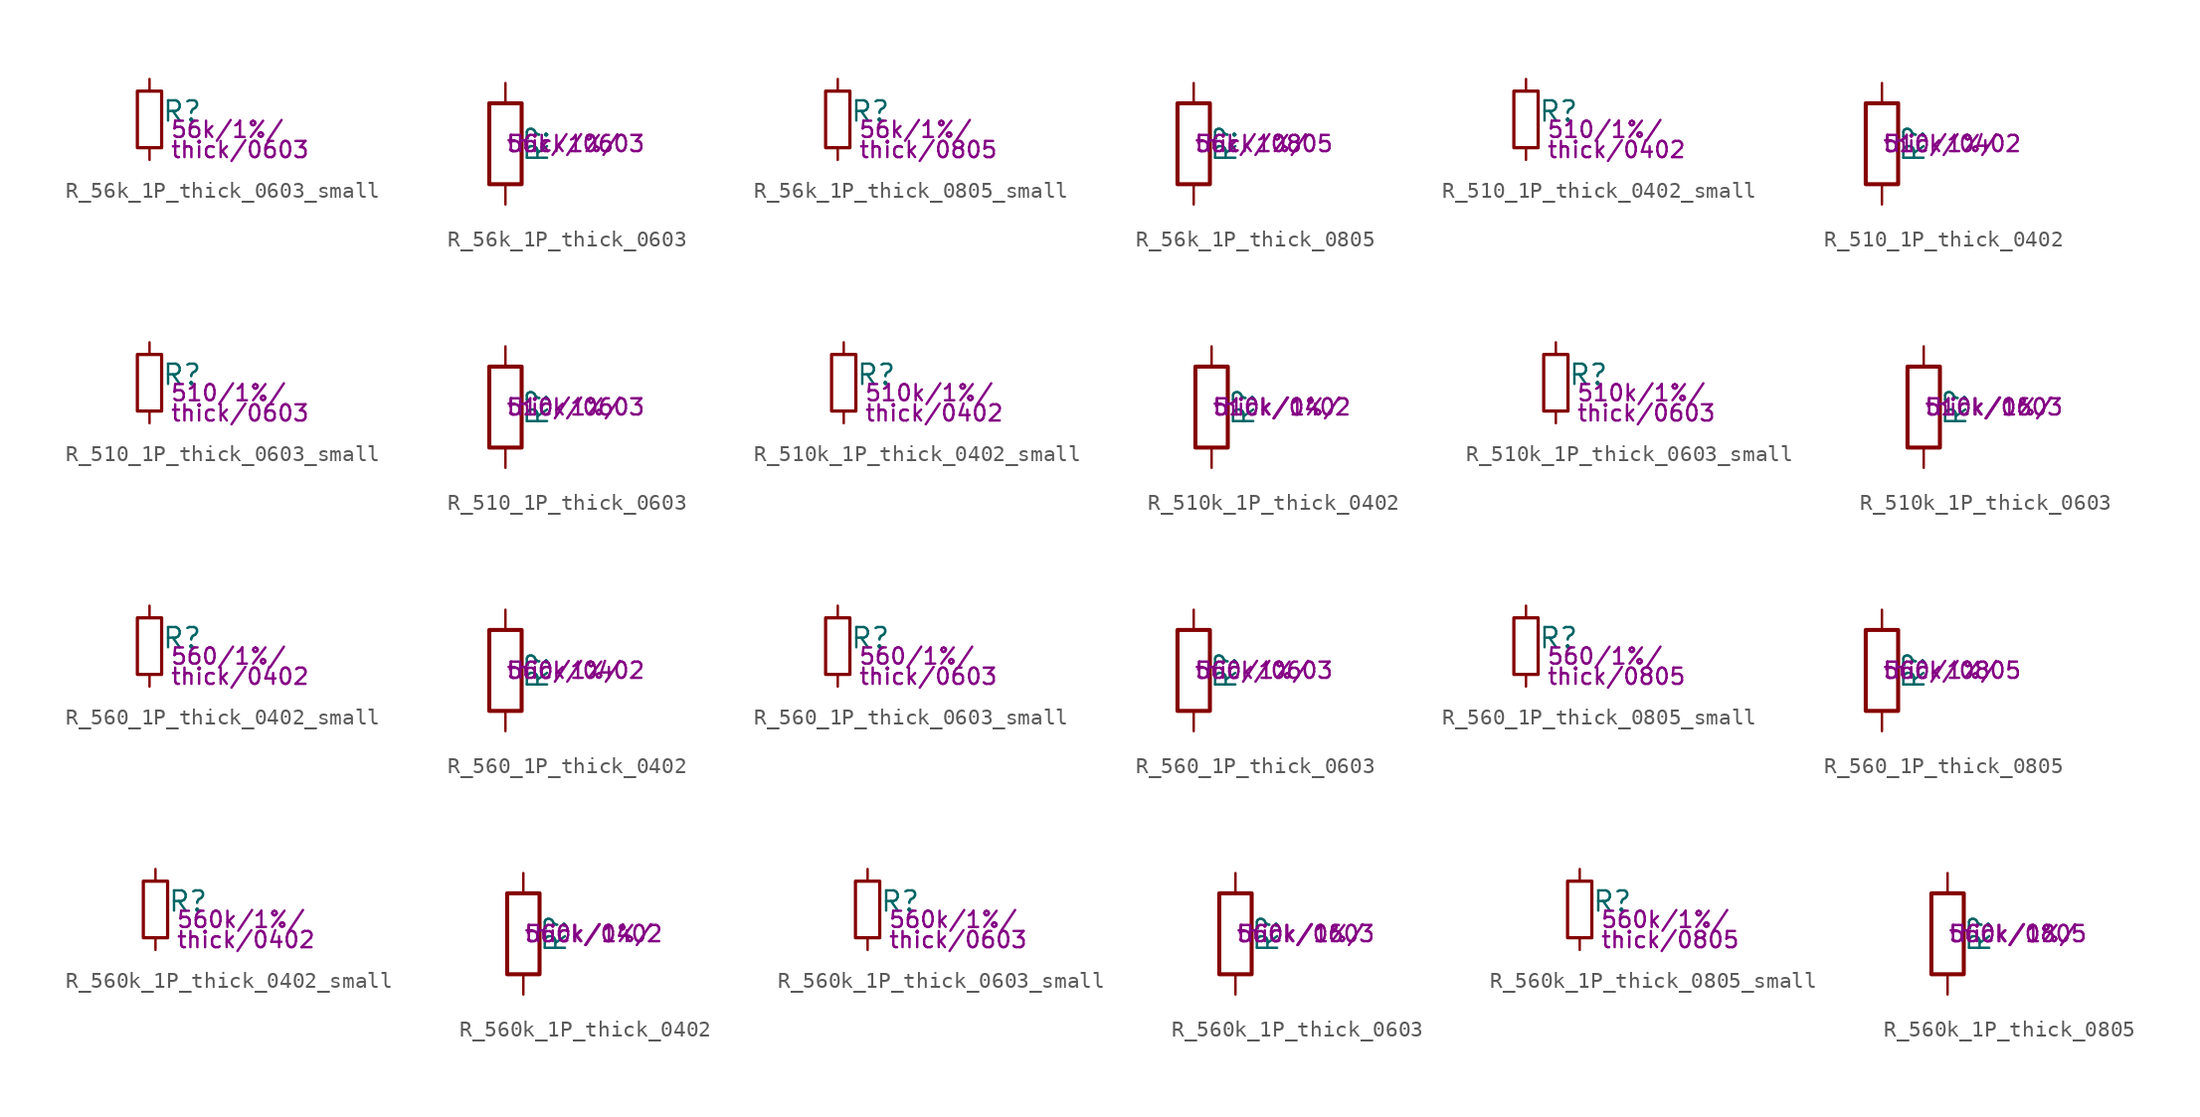
<source format=kicad_sym>
(kicad_symbol_lib
  (version 20211014)
  (generator kicad_symbol_editor)
  (symbol "R_56k_1P_thick_0603_small"
    (pin_numbers hide)
    (pin_names
      (offset 0.254) hide)
    (property "Reference" "R"
      (at 0.762 0.508 0)
      (effects (font (size 1.27 1.27)) (justify left)))
    (property "Params" "56k/1%/"
      (at 1.27 -0.635 0)
      (effects (font (size 1.016 1.016)) (justify left)))
    (property "Params2" "thick/0603"
      (at 1.27 -1.905 0)
      (effects (font (size 1.016 1.016)) (justify left)))
    (symbol "R_56k_1P_thick_0603_small_0_1"
      (rectangle (start -0.762 1.778) (end 0.762 -1.778) (stroke (width 0.203) (type default) (color 0 0 0 0)) (fill (type none))))
    (symbol "R_56k_1P_thick_0603_small_1_1"
      (pin passive line (at 0 2.54 270) (length 0.762) (name "~" (effects (font (size 1.27 1.27)))) (number "1" (effects (font (size 1.27 1.27)))))
      (pin passive line (at 0 -2.54 90) (length 0.762) (name "~" (effects (font (size 1.27 1.27)))) (number "2" (effects (font (size 1.27 1.27)))))))
  (symbol "R_56k_1P_thick_0603"
    (pin_numbers hide)
    (pin_names
      (offset 0))
    (property "Reference" "R"
      (at 2.032 0 90)
      (effects (font (size 1.27 1.27))))
    (property "Params" "56k/1%/"
      (at 0 0 0)
      (effects (font (size 1.016 1.016)) (justify left)))
    (property "Params2" "thick/0603"
      (at 0 0 0)
      (effects (font (size 1.016 1.016)) (justify left)))
    (symbol "R_56k_1P_thick_0603_0_1"
      (rectangle (start -1.016 -2.54) (end 1.016 2.54) (stroke (width 0.254) (type default) (color 0 0 0 0)) (fill (type none))))
    (symbol "R_56k_1P_thick_0603_1_1"
      (pin passive line (at 0 3.81 270) (length 1.27) (name "~" (effects (font (size 1.27 1.27)))) (number "1" (effects (font (size 1.27 1.27)))))
      (pin passive line (at 0 -3.81 90) (length 1.27) (name "~" (effects (font (size 1.27 1.27)))) (number "2" (effects (font (size 1.27 1.27)))))))
  (symbol "R_56k_1P_thick_0805_small"
    (pin_numbers hide)
    (pin_names
      (offset 0.254) hide)
    (property "Reference" "R"
      (at 0.762 0.508 0)
      (effects (font (size 1.27 1.27)) (justify left)))
    (property "Params" "56k/1%/"
      (at 1.27 -0.635 0)
      (effects (font (size 1.016 1.016)) (justify left)))
    (property "Params2" "thick/0805"
      (at 1.27 -1.905 0)
      (effects (font (size 1.016 1.016)) (justify left)))
    (symbol "R_56k_1P_thick_0805_small_0_1"
      (rectangle (start -0.762 1.778) (end 0.762 -1.778) (stroke (width 0.203) (type default) (color 0 0 0 0)) (fill (type none))))
    (symbol "R_56k_1P_thick_0805_small_1_1"
      (pin passive line (at 0 2.54 270) (length 0.762) (name "~" (effects (font (size 1.27 1.27)))) (number "1" (effects (font (size 1.27 1.27)))))
      (pin passive line (at 0 -2.54 90) (length 0.762) (name "~" (effects (font (size 1.27 1.27)))) (number "2" (effects (font (size 1.27 1.27)))))))
  (symbol "R_56k_1P_thick_0805"
    (pin_numbers hide)
    (pin_names
      (offset 0))
    (property "Reference" "R"
      (at 2.032 0 90)
      (effects (font (size 1.27 1.27))))
    (property "Params" "56k/1%/"
      (at 0 0 0)
      (effects (font (size 1.016 1.016)) (justify left)))
    (property "Params2" "thick/0805"
      (at 0 0 0)
      (effects (font (size 1.016 1.016)) (justify left)))
    (symbol "R_56k_1P_thick_0805_0_1"
      (rectangle (start -1.016 -2.54) (end 1.016 2.54) (stroke (width 0.254) (type default) (color 0 0 0 0)) (fill (type none))))
    (symbol "R_56k_1P_thick_0805_1_1"
      (pin passive line (at 0 3.81 270) (length 1.27) (name "~" (effects (font (size 1.27 1.27)))) (number "1" (effects (font (size 1.27 1.27)))))
      (pin passive line (at 0 -3.81 90) (length 1.27) (name "~" (effects (font (size 1.27 1.27)))) (number "2" (effects (font (size 1.27 1.27)))))))
  (symbol "R_510_1P_thick_0402_small"
    (pin_numbers hide)
    (pin_names
      (offset 0.254) hide)
    (property "Reference" "R"
      (at 0.762 0.508 0)
      (effects (font (size 1.27 1.27)) (justify left)))
    (property "Params" "510/1%/"
      (at 1.27 -0.635 0)
      (effects (font (size 1.016 1.016)) (justify left)))
    (property "Params2" "thick/0402"
      (at 1.27 -1.905 0)
      (effects (font (size 1.016 1.016)) (justify left)))
    (symbol "R_510_1P_thick_0402_small_0_1"
      (rectangle (start -0.762 1.778) (end 0.762 -1.778) (stroke (width 0.203) (type default) (color 0 0 0 0)) (fill (type none))))
    (symbol "R_510_1P_thick_0402_small_1_1"
      (pin passive line (at 0 2.54 270) (length 0.762) (name "~" (effects (font (size 1.27 1.27)))) (number "1" (effects (font (size 1.27 1.27)))))
      (pin passive line (at 0 -2.54 90) (length 0.762) (name "~" (effects (font (size 1.27 1.27)))) (number "2" (effects (font (size 1.27 1.27)))))))
  (symbol "R_510_1P_thick_0402"
    (pin_numbers hide)
    (pin_names
      (offset 0))
    (property "Reference" "R"
      (at 2.032 0 90)
      (effects (font (size 1.27 1.27))))
    (property "Params" "510/1%/"
      (at 0 0 0)
      (effects (font (size 1.016 1.016)) (justify left)))
    (property "Params2" "thick/0402"
      (at 0 0 0)
      (effects (font (size 1.016 1.016)) (justify left)))
    (symbol "R_510_1P_thick_0402_0_1"
      (rectangle (start -1.016 -2.54) (end 1.016 2.54) (stroke (width 0.254) (type default) (color 0 0 0 0)) (fill (type none))))
    (symbol "R_510_1P_thick_0402_1_1"
      (pin passive line (at 0 3.81 270) (length 1.27) (name "~" (effects (font (size 1.27 1.27)))) (number "1" (effects (font (size 1.27 1.27)))))
      (pin passive line (at 0 -3.81 90) (length 1.27) (name "~" (effects (font (size 1.27 1.27)))) (number "2" (effects (font (size 1.27 1.27)))))))
  (symbol "R_510_1P_thick_0603_small"
    (pin_numbers hide)
    (pin_names
      (offset 0.254) hide)
    (property "Reference" "R"
      (at 0.762 0.508 0)
      (effects (font (size 1.27 1.27)) (justify left)))
    (property "Params" "510/1%/"
      (at 1.27 -0.635 0)
      (effects (font (size 1.016 1.016)) (justify left)))
    (property "Params2" "thick/0603"
      (at 1.27 -1.905 0)
      (effects (font (size 1.016 1.016)) (justify left)))
    (symbol "R_510_1P_thick_0603_small_0_1"
      (rectangle (start -0.762 1.778) (end 0.762 -1.778) (stroke (width 0.203) (type default) (color 0 0 0 0)) (fill (type none))))
    (symbol "R_510_1P_thick_0603_small_1_1"
      (pin passive line (at 0 2.54 270) (length 0.762) (name "~" (effects (font (size 1.27 1.27)))) (number "1" (effects (font (size 1.27 1.27)))))
      (pin passive line (at 0 -2.54 90) (length 0.762) (name "~" (effects (font (size 1.27 1.27)))) (number "2" (effects (font (size 1.27 1.27)))))))
  (symbol "R_510_1P_thick_0603"
    (pin_numbers hide)
    (pin_names
      (offset 0))
    (property "Reference" "R"
      (at 2.032 0 90)
      (effects (font (size 1.27 1.27))))
    (property "Params" "510/1%/"
      (at 0 0 0)
      (effects (font (size 1.016 1.016)) (justify left)))
    (property "Params2" "thick/0603"
      (at 0 0 0)
      (effects (font (size 1.016 1.016)) (justify left)))
    (symbol "R_510_1P_thick_0603_0_1"
      (rectangle (start -1.016 -2.54) (end 1.016 2.54) (stroke (width 0.254) (type default) (color 0 0 0 0)) (fill (type none))))
    (symbol "R_510_1P_thick_0603_1_1"
      (pin passive line (at 0 3.81 270) (length 1.27) (name "~" (effects (font (size 1.27 1.27)))) (number "1" (effects (font (size 1.27 1.27)))))
      (pin passive line (at 0 -3.81 90) (length 1.27) (name "~" (effects (font (size 1.27 1.27)))) (number "2" (effects (font (size 1.27 1.27)))))))
  (symbol "R_510k_1P_thick_0402_small"
    (pin_numbers hide)
    (pin_names
      (offset 0.254) hide)
    (property "Reference" "R"
      (at 0.762 0.508 0)
      (effects (font (size 1.27 1.27)) (justify left)))
    (property "Params" "510k/1%/"
      (at 1.27 -0.635 0)
      (effects (font (size 1.016 1.016)) (justify left)))
    (property "Params2" "thick/0402"
      (at 1.27 -1.905 0)
      (effects (font (size 1.016 1.016)) (justify left)))
    (symbol "R_510k_1P_thick_0402_small_0_1"
      (rectangle (start -0.762 1.778) (end 0.762 -1.778) (stroke (width 0.203) (type default) (color 0 0 0 0)) (fill (type none))))
    (symbol "R_510k_1P_thick_0402_small_1_1"
      (pin passive line (at 0 2.54 270) (length 0.762) (name "~" (effects (font (size 1.27 1.27)))) (number "1" (effects (font (size 1.27 1.27)))))
      (pin passive line (at 0 -2.54 90) (length 0.762) (name "~" (effects (font (size 1.27 1.27)))) (number "2" (effects (font (size 1.27 1.27)))))))
  (symbol "R_510k_1P_thick_0402"
    (pin_numbers hide)
    (pin_names
      (offset 0))
    (property "Reference" "R"
      (at 2.032 0 90)
      (effects (font (size 1.27 1.27))))
    (property "Params" "510k/1%/"
      (at 0 0 0)
      (effects (font (size 1.016 1.016)) (justify left)))
    (property "Params2" "thick/0402"
      (at 0 0 0)
      (effects (font (size 1.016 1.016)) (justify left)))
    (symbol "R_510k_1P_thick_0402_0_1"
      (rectangle (start -1.016 -2.54) (end 1.016 2.54) (stroke (width 0.254) (type default) (color 0 0 0 0)) (fill (type none))))
    (symbol "R_510k_1P_thick_0402_1_1"
      (pin passive line (at 0 3.81 270) (length 1.27) (name "~" (effects (font (size 1.27 1.27)))) (number "1" (effects (font (size 1.27 1.27)))))
      (pin passive line (at 0 -3.81 90) (length 1.27) (name "~" (effects (font (size 1.27 1.27)))) (number "2" (effects (font (size 1.27 1.27)))))))
  (symbol "R_510k_1P_thick_0603_small"
    (pin_numbers hide)
    (pin_names
      (offset 0.254) hide)
    (property "Reference" "R"
      (at 0.762 0.508 0)
      (effects (font (size 1.27 1.27)) (justify left)))
    (property "Params" "510k/1%/"
      (at 1.27 -0.635 0)
      (effects (font (size 1.016 1.016)) (justify left)))
    (property "Params2" "thick/0603"
      (at 1.27 -1.905 0)
      (effects (font (size 1.016 1.016)) (justify left)))
    (symbol "R_510k_1P_thick_0603_small_0_1"
      (rectangle (start -0.762 1.778) (end 0.762 -1.778) (stroke (width 0.203) (type default) (color 0 0 0 0)) (fill (type none))))
    (symbol "R_510k_1P_thick_0603_small_1_1"
      (pin passive line (at 0 2.54 270) (length 0.762) (name "~" (effects (font (size 1.27 1.27)))) (number "1" (effects (font (size 1.27 1.27)))))
      (pin passive line (at 0 -2.54 90) (length 0.762) (name "~" (effects (font (size 1.27 1.27)))) (number "2" (effects (font (size 1.27 1.27)))))))
  (symbol "R_510k_1P_thick_0603"
    (pin_numbers hide)
    (pin_names
      (offset 0))
    (property "Reference" "R"
      (at 2.032 0 90)
      (effects (font (size 1.27 1.27))))
    (property "Params" "510k/1%/"
      (at 0 0 0)
      (effects (font (size 1.016 1.016)) (justify left)))
    (property "Params2" "thick/0603"
      (at 0 0 0)
      (effects (font (size 1.016 1.016)) (justify left)))
    (symbol "R_510k_1P_thick_0603_0_1"
      (rectangle (start -1.016 -2.54) (end 1.016 2.54) (stroke (width 0.254) (type default) (color 0 0 0 0)) (fill (type none))))
    (symbol "R_510k_1P_thick_0603_1_1"
      (pin passive line (at 0 3.81 270) (length 1.27) (name "~" (effects (font (size 1.27 1.27)))) (number "1" (effects (font (size 1.27 1.27)))))
      (pin passive line (at 0 -3.81 90) (length 1.27) (name "~" (effects (font (size 1.27 1.27)))) (number "2" (effects (font (size 1.27 1.27)))))))
  (symbol "R_560_1P_thick_0402_small"
    (pin_numbers hide)
    (pin_names
      (offset 0.254) hide)
    (property "Reference" "R"
      (at 0.762 0.508 0)
      (effects (font (size 1.27 1.27)) (justify left)))
    (property "Params" "560/1%/"
      (at 1.27 -0.635 0)
      (effects (font (size 1.016 1.016)) (justify left)))
    (property "Params2" "thick/0402"
      (at 1.27 -1.905 0)
      (effects (font (size 1.016 1.016)) (justify left)))
    (symbol "R_560_1P_thick_0402_small_0_1"
      (rectangle (start -0.762 1.778) (end 0.762 -1.778) (stroke (width 0.203) (type default) (color 0 0 0 0)) (fill (type none))))
    (symbol "R_560_1P_thick_0402_small_1_1"
      (pin passive line (at 0 2.54 270) (length 0.762) (name "~" (effects (font (size 1.27 1.27)))) (number "1" (effects (font (size 1.27 1.27)))))
      (pin passive line (at 0 -2.54 90) (length 0.762) (name "~" (effects (font (size 1.27 1.27)))) (number "2" (effects (font (size 1.27 1.27)))))))
  (symbol "R_560_1P_thick_0402"
    (pin_numbers hide)
    (pin_names
      (offset 0))
    (property "Reference" "R"
      (at 2.032 0 90)
      (effects (font (size 1.27 1.27))))
    (property "Params" "560/1%/"
      (at 0 0 0)
      (effects (font (size 1.016 1.016)) (justify left)))
    (property "Params2" "thick/0402"
      (at 0 0 0)
      (effects (font (size 1.016 1.016)) (justify left)))
    (symbol "R_560_1P_thick_0402_0_1"
      (rectangle (start -1.016 -2.54) (end 1.016 2.54) (stroke (width 0.254) (type default) (color 0 0 0 0)) (fill (type none))))
    (symbol "R_560_1P_thick_0402_1_1"
      (pin passive line (at 0 3.81 270) (length 1.27) (name "~" (effects (font (size 1.27 1.27)))) (number "1" (effects (font (size 1.27 1.27)))))
      (pin passive line (at 0 -3.81 90) (length 1.27) (name "~" (effects (font (size 1.27 1.27)))) (number "2" (effects (font (size 1.27 1.27)))))))
  (symbol "R_560_1P_thick_0603_small"
    (pin_numbers hide)
    (pin_names
      (offset 0.254) hide)
    (property "Reference" "R"
      (at 0.762 0.508 0)
      (effects (font (size 1.27 1.27)) (justify left)))
    (property "Params" "560/1%/"
      (at 1.27 -0.635 0)
      (effects (font (size 1.016 1.016)) (justify left)))
    (property "Params2" "thick/0603"
      (at 1.27 -1.905 0)
      (effects (font (size 1.016 1.016)) (justify left)))
    (symbol "R_560_1P_thick_0603_small_0_1"
      (rectangle (start -0.762 1.778) (end 0.762 -1.778) (stroke (width 0.203) (type default) (color 0 0 0 0)) (fill (type none))))
    (symbol "R_560_1P_thick_0603_small_1_1"
      (pin passive line (at 0 2.54 270) (length 0.762) (name "~" (effects (font (size 1.27 1.27)))) (number "1" (effects (font (size 1.27 1.27)))))
      (pin passive line (at 0 -2.54 90) (length 0.762) (name "~" (effects (font (size 1.27 1.27)))) (number "2" (effects (font (size 1.27 1.27)))))))
  (symbol "R_560_1P_thick_0603"
    (pin_numbers hide)
    (pin_names
      (offset 0))
    (property "Reference" "R"
      (at 2.032 0 90)
      (effects (font (size 1.27 1.27))))
    (property "Params" "560/1%/"
      (at 0 0 0)
      (effects (font (size 1.016 1.016)) (justify left)))
    (property "Params2" "thick/0603"
      (at 0 0 0)
      (effects (font (size 1.016 1.016)) (justify left)))
    (symbol "R_560_1P_thick_0603_0_1"
      (rectangle (start -1.016 -2.54) (end 1.016 2.54) (stroke (width 0.254) (type default) (color 0 0 0 0)) (fill (type none))))
    (symbol "R_560_1P_thick_0603_1_1"
      (pin passive line (at 0 3.81 270) (length 1.27) (name "~" (effects (font (size 1.27 1.27)))) (number "1" (effects (font (size 1.27 1.27)))))
      (pin passive line (at 0 -3.81 90) (length 1.27) (name "~" (effects (font (size 1.27 1.27)))) (number "2" (effects (font (size 1.27 1.27)))))))
  (symbol "R_560_1P_thick_0805_small"
    (pin_numbers hide)
    (pin_names
      (offset 0.254) hide)
    (property "Reference" "R"
      (at 0.762 0.508 0)
      (effects (font (size 1.27 1.27)) (justify left)))
    (property "Params" "560/1%/"
      (at 1.27 -0.635 0)
      (effects (font (size 1.016 1.016)) (justify left)))
    (property "Params2" "thick/0805"
      (at 1.27 -1.905 0)
      (effects (font (size 1.016 1.016)) (justify left)))
    (symbol "R_560_1P_thick_0805_small_0_1"
      (rectangle (start -0.762 1.778) (end 0.762 -1.778) (stroke (width 0.203) (type default) (color 0 0 0 0)) (fill (type none))))
    (symbol "R_560_1P_thick_0805_small_1_1"
      (pin passive line (at 0 2.54 270) (length 0.762) (name "~" (effects (font (size 1.27 1.27)))) (number "1" (effects (font (size 1.27 1.27)))))
      (pin passive line (at 0 -2.54 90) (length 0.762) (name "~" (effects (font (size 1.27 1.27)))) (number "2" (effects (font (size 1.27 1.27)))))))
  (symbol "R_560_1P_thick_0805"
    (pin_numbers hide)
    (pin_names
      (offset 0))
    (property "Reference" "R"
      (at 2.032 0 90)
      (effects (font (size 1.27 1.27))))
    (property "Params" "560/1%/"
      (at 0 0 0)
      (effects (font (size 1.016 1.016)) (justify left)))
    (property "Params2" "thick/0805"
      (at 0 0 0)
      (effects (font (size 1.016 1.016)) (justify left)))
    (symbol "R_560_1P_thick_0805_0_1"
      (rectangle (start -1.016 -2.54) (end 1.016 2.54) (stroke (width 0.254) (type default) (color 0 0 0 0)) (fill (type none))))
    (symbol "R_560_1P_thick_0805_1_1"
      (pin passive line (at 0 3.81 270) (length 1.27) (name "~" (effects (font (size 1.27 1.27)))) (number "1" (effects (font (size 1.27 1.27)))))
      (pin passive line (at 0 -3.81 90) (length 1.27) (name "~" (effects (font (size 1.27 1.27)))) (number "2" (effects (font (size 1.27 1.27)))))))
  (symbol "R_560k_1P_thick_0402_small"
    (pin_numbers hide)
    (pin_names
      (offset 0.254) hide)
    (property "Reference" "R"
      (at 0.762 0.508 0)
      (effects (font (size 1.27 1.27)) (justify left)))
    (property "Params" "560k/1%/"
      (at 1.27 -0.635 0)
      (effects (font (size 1.016 1.016)) (justify left)))
    (property "Params2" "thick/0402"
      (at 1.27 -1.905 0)
      (effects (font (size 1.016 1.016)) (justify left)))
    (symbol "R_560k_1P_thick_0402_small_0_1"
      (rectangle (start -0.762 1.778) (end 0.762 -1.778) (stroke (width 0.203) (type default) (color 0 0 0 0)) (fill (type none))))
    (symbol "R_560k_1P_thick_0402_small_1_1"
      (pin passive line (at 0 2.54 270) (length 0.762) (name "~" (effects (font (size 1.27 1.27)))) (number "1" (effects (font (size 1.27 1.27)))))
      (pin passive line (at 0 -2.54 90) (length 0.762) (name "~" (effects (font (size 1.27 1.27)))) (number "2" (effects (font (size 1.27 1.27)))))))
  (symbol "R_560k_1P_thick_0402"
    (pin_numbers hide)
    (pin_names
      (offset 0))
    (property "Reference" "R"
      (at 2.032 0 90)
      (effects (font (size 1.27 1.27))))
    (property "Params" "560k/1%/"
      (at 0 0 0)
      (effects (font (size 1.016 1.016)) (justify left)))
    (property "Params2" "thick/0402"
      (at 0 0 0)
      (effects (font (size 1.016 1.016)) (justify left)))
    (symbol "R_560k_1P_thick_0402_0_1"
      (rectangle (start -1.016 -2.54) (end 1.016 2.54) (stroke (width 0.254) (type default) (color 0 0 0 0)) (fill (type none))))
    (symbol "R_560k_1P_thick_0402_1_1"
      (pin passive line (at 0 3.81 270) (length 1.27) (name "~" (effects (font (size 1.27 1.27)))) (number "1" (effects (font (size 1.27 1.27)))))
      (pin passive line (at 0 -3.81 90) (length 1.27) (name "~" (effects (font (size 1.27 1.27)))) (number "2" (effects (font (size 1.27 1.27)))))))
  (symbol "R_560k_1P_thick_0603_small"
    (pin_numbers hide)
    (pin_names
      (offset 0.254) hide)
    (property "Reference" "R"
      (at 0.762 0.508 0)
      (effects (font (size 1.27 1.27)) (justify left)))
    (property "Params" "560k/1%/"
      (at 1.27 -0.635 0)
      (effects (font (size 1.016 1.016)) (justify left)))
    (property "Params2" "thick/0603"
      (at 1.27 -1.905 0)
      (effects (font (size 1.016 1.016)) (justify left)))
    (symbol "R_560k_1P_thick_0603_small_0_1"
      (rectangle (start -0.762 1.778) (end 0.762 -1.778) (stroke (width 0.203) (type default) (color 0 0 0 0)) (fill (type none))))
    (symbol "R_560k_1P_thick_0603_small_1_1"
      (pin passive line (at 0 2.54 270) (length 0.762) (name "~" (effects (font (size 1.27 1.27)))) (number "1" (effects (font (size 1.27 1.27)))))
      (pin passive line (at 0 -2.54 90) (length 0.762) (name "~" (effects (font (size 1.27 1.27)))) (number "2" (effects (font (size 1.27 1.27)))))))
  (symbol "R_560k_1P_thick_0603"
    (pin_numbers hide)
    (pin_names
      (offset 0))
    (property "Reference" "R"
      (at 2.032 0 90)
      (effects (font (size 1.27 1.27))))
    (property "Params" "560k/1%/"
      (at 0 0 0)
      (effects (font (size 1.016 1.016)) (justify left)))
    (property "Params2" "thick/0603"
      (at 0 0 0)
      (effects (font (size 1.016 1.016)) (justify left)))
    (symbol "R_560k_1P_thick_0603_0_1"
      (rectangle (start -1.016 -2.54) (end 1.016 2.54) (stroke (width 0.254) (type default) (color 0 0 0 0)) (fill (type none))))
    (symbol "R_560k_1P_thick_0603_1_1"
      (pin passive line (at 0 3.81 270) (length 1.27) (name "~" (effects (font (size 1.27 1.27)))) (number "1" (effects (font (size 1.27 1.27)))))
      (pin passive line (at 0 -3.81 90) (length 1.27) (name "~" (effects (font (size 1.27 1.27)))) (number "2" (effects (font (size 1.27 1.27)))))))
  (symbol "R_560k_1P_thick_0805_small"
    (pin_numbers hide)
    (pin_names
      (offset 0.254) hide)
    (property "Reference" "R"
      (at 0.762 0.508 0)
      (effects (font (size 1.27 1.27)) (justify left)))
    (property "Params" "560k/1%/"
      (at 1.27 -0.635 0)
      (effects (font (size 1.016 1.016)) (justify left)))
    (property "Params2" "thick/0805"
      (at 1.27 -1.905 0)
      (effects (font (size 1.016 1.016)) (justify left)))
    (symbol "R_560k_1P_thick_0805_small_0_1"
      (rectangle (start -0.762 1.778) (end 0.762 -1.778) (stroke (width 0.203) (type default) (color 0 0 0 0)) (fill (type none))))
    (symbol "R_560k_1P_thick_0805_small_1_1"
      (pin passive line (at 0 2.54 270) (length 0.762) (name "~" (effects (font (size 1.27 1.27)))) (number "1" (effects (font (size 1.27 1.27)))))
      (pin passive line (at 0 -2.54 90) (length 0.762) (name "~" (effects (font (size 1.27 1.27)))) (number "2" (effects (font (size 1.27 1.27)))))))
  (symbol "R_560k_1P_thick_0805"
    (pin_numbers hide)
    (pin_names
      (offset 0))
    (property "Reference" "R"
      (at 2.032 0 90)
      (effects (font (size 1.27 1.27))))
    (property "Params" "560k/1%/"
      (at 0 0 0)
      (effects (font (size 1.016 1.016)) (justify left)))
    (property "Params2" "thick/0805"
      (at 0 0 0)
      (effects (font (size 1.016 1.016)) (justify left)))
    (symbol "R_560k_1P_thick_0805_0_1"
      (rectangle (start -1.016 -2.54) (end 1.016 2.54) (stroke (width 0.254) (type default) (color 0 0 0 0)) (fill (type none))))
    (symbol "R_560k_1P_thick_0805_1_1"
      (pin passive line (at 0 3.81 270) (length 1.27) (name "~" (effects (font (size 1.27 1.27)))) (number "1" (effects (font (size 1.27 1.27)))))
      (pin passive line (at 0 -3.81 90) (length 1.27) (name "~" (effects (font (size 1.27 1.27)))) (number "2" (effects (font (size 1.27 1.27))))))))
</source>
